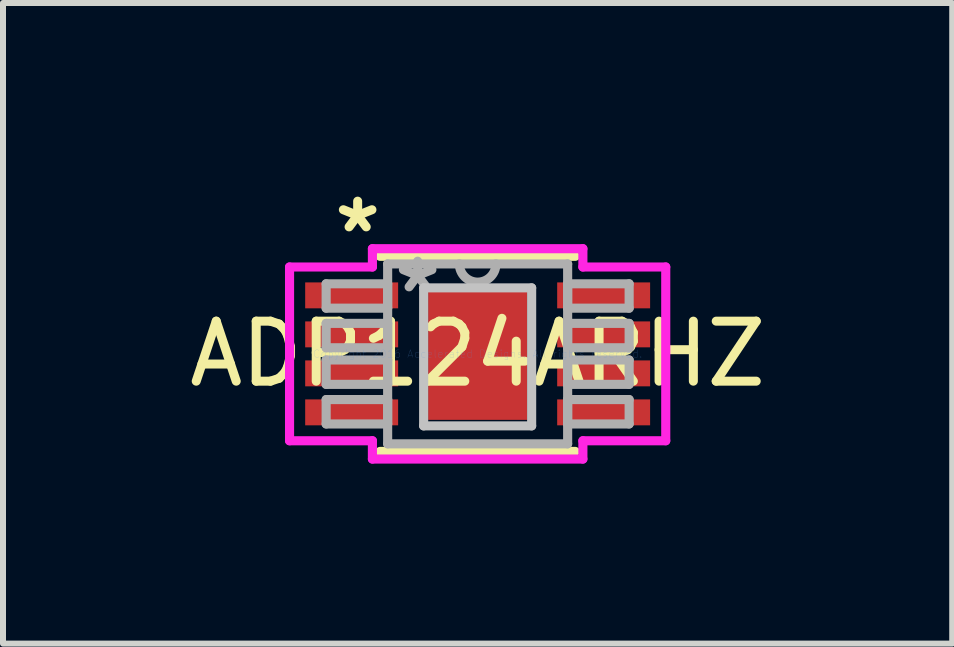
<source format=kicad_pcb>
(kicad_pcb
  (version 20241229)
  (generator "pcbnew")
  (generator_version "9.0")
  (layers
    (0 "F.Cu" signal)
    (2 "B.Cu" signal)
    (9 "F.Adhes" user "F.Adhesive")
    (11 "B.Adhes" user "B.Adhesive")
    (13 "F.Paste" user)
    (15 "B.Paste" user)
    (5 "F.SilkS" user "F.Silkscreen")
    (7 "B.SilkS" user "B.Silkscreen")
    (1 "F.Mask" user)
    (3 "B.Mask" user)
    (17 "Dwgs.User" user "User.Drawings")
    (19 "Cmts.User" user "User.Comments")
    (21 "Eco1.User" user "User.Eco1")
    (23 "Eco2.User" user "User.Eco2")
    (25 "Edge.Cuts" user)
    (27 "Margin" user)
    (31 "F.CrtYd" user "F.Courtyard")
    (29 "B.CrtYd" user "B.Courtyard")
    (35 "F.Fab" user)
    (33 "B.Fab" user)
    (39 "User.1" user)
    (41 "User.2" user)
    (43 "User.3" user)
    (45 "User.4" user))
  (footprint "ADP124ARHZ"
    (layer "F.Cu")
    (at 4.911 2.848)
    (property "Reference" "ADP124ARHZ" (at 0 0 0) (layer "F.SilkS") (effects (font (size 1 1) (thickness 0.15))))
    (attr through_hole)
    (fp_line (start -1.627 1.626) (end 1.627 1.626) (stroke (width 0.152) (type solid)) (layer "F.SilkS"))
    (fp_line (start 1.627 -1.626) (end -1.627 -1.626) (stroke (width 0.152) (type solid)) (layer "F.SilkS"))
    (fp_line (start -0.9 -1.1) (end -0.9 1.2) (stroke (width 0.152) (type solid)) (layer "Dwgs.User"))
    (fp_line (start -0.9 1.2) (end 0.9 1.2) (stroke (width 0.152) (type solid)) (layer "Dwgs.User"))
    (fp_line (start 0.9 -1.1) (end -0.9 -1.1) (stroke (width 0.152) (type solid)) (layer "Dwgs.User"))
    (fp_line (start 0.9 1.2) (end 0.9 -1.1) (stroke (width 0.152) (type solid)) (layer "Dwgs.User"))
    (fp_line (start -3.135 -1.448) (end -1.754 -1.448) (stroke (width 0.152) (type solid)) (layer "F.CrtYd"))
    (fp_line (start -3.135 1.448) (end -3.135 -1.448) (stroke (width 0.152) (type solid)) (layer "F.CrtYd"))
    (fp_line (start -1.754 -1.753) (end 1.754 -1.753) (stroke (width 0.152) (type solid)) (layer "F.CrtYd"))
    (fp_line (start -1.754 -1.448) (end -1.754 -1.753) (stroke (width 0.152) (type solid)) (layer "F.CrtYd"))
    (fp_line (start -1.754 1.448) (end -3.135 1.448) (stroke (width 0.152) (type solid)) (layer "F.CrtYd"))
    (fp_line (start -1.754 1.753) (end -1.754 1.448) (stroke (width 0.152) (type solid)) (layer "F.CrtYd"))
    (fp_line (start 1.754 -1.753) (end 1.754 -1.448) (stroke (width 0.152) (type solid)) (layer "F.CrtYd"))
    (fp_line (start 1.754 -1.448) (end 3.135 -1.448) (stroke (width 0.152) (type solid)) (layer "F.CrtYd"))
    (fp_line (start 1.754 1.448) (end 1.754 1.753) (stroke (width 0.152) (type solid)) (layer "F.CrtYd"))
    (fp_line (start 1.754 1.753) (end -1.754 1.753) (stroke (width 0.152) (type solid)) (layer "F.CrtYd"))
    (fp_line (start 3.135 -1.448) (end 3.135 1.448) (stroke (width 0.152) (type solid)) (layer "F.CrtYd"))
    (fp_line (start 3.135 1.448) (end 1.754 1.448) (stroke (width 0.152) (type solid)) (layer "F.CrtYd"))
    (fp_line (start -2.525 -1.168) (end -2.525 -0.762) (stroke (width 0.152) (type solid)) (layer "F.Fab"))
    (fp_line (start -2.525 -0.762) (end -1.5 -0.762) (stroke (width 0.152) (type solid)) (layer "F.Fab"))
    (fp_line (start -2.525 -0.508) (end -2.525 -0.102) (stroke (width 0.152) (type solid)) (layer "F.Fab"))
    (fp_line (start -2.525 -0.102) (end -1.5 -0.102) (stroke (width 0.152) (type solid)) (layer "F.Fab"))
    (fp_line (start -2.525 0.102) (end -2.525 0.508) (stroke (width 0.152) (type solid)) (layer "F.Fab"))
    (fp_line (start -2.525 0.508) (end -1.5 0.508) (stroke (width 0.152) (type solid)) (layer "F.Fab"))
    (fp_line (start -2.525 0.762) (end -2.525 1.168) (stroke (width 0.152) (type solid)) (layer "F.Fab"))
    (fp_line (start -2.525 1.168) (end -1.5 1.168) (stroke (width 0.152) (type solid)) (layer "F.Fab"))
    (fp_line (start -1.5 -1.499) (end -1.5 1.499) (stroke (width 0.152) (type solid)) (layer "F.Fab"))
    (fp_line (start -1.5 -1.168) (end -2.525 -1.168) (stroke (width 0.152) (type solid)) (layer "F.Fab"))
    (fp_line (start -1.5 -0.762) (end -1.5 -1.168) (stroke (width 0.152) (type solid)) (layer "F.Fab"))
    (fp_line (start -1.5 -0.508) (end -2.525 -0.508) (stroke (width 0.152) (type solid)) (layer "F.Fab"))
    (fp_line (start -1.5 -0.102) (end -1.5 -0.508) (stroke (width 0.152) (type solid)) (layer "F.Fab"))
    (fp_line (start -1.5 0.102) (end -2.525 0.102) (stroke (width 0.152) (type solid)) (layer "F.Fab"))
    (fp_line (start -1.5 0.508) (end -1.5 0.102) (stroke (width 0.152) (type solid)) (layer "F.Fab"))
    (fp_line (start -1.5 0.762) (end -2.525 0.762) (stroke (width 0.152) (type solid)) (layer "F.Fab"))
    (fp_line (start -1.5 1.168) (end -1.5 0.762) (stroke (width 0.152) (type solid)) (layer "F.Fab"))
    (fp_line (start -1.5 1.499) (end 1.5 1.499) (stroke (width 0.152) (type solid)) (layer "F.Fab"))
    (fp_line (start 1.5 -1.499) (end -1.5 -1.499) (stroke (width 0.152) (type solid)) (layer "F.Fab"))
    (fp_line (start 1.5 -1.168) (end 1.5 -0.762) (stroke (width 0.152) (type solid)) (layer "F.Fab"))
    (fp_line (start 1.5 -0.762) (end 2.525 -0.762) (stroke (width 0.152) (type solid)) (layer "F.Fab"))
    (fp_line (start 1.5 -0.508) (end 1.5 -0.102) (stroke (width 0.152) (type solid)) (layer "F.Fab"))
    (fp_line (start 1.5 -0.102) (end 2.525 -0.102) (stroke (width 0.152) (type solid)) (layer "F.Fab"))
    (fp_line (start 1.5 0.102) (end 1.5 0.508) (stroke (width 0.152) (type solid)) (layer "F.Fab"))
    (fp_line (start 1.5 0.508) (end 2.525 0.508) (stroke (width 0.152) (type solid)) (layer "F.Fab"))
    (fp_line (start 1.5 0.762) (end 1.5 1.168) (stroke (width 0.152) (type solid)) (layer "F.Fab"))
    (fp_line (start 1.5 1.168) (end 2.525 1.168) (stroke (width 0.152) (type solid)) (layer "F.Fab"))
    (fp_line (start 1.5 1.499) (end 1.5 -1.499) (stroke (width 0.152) (type solid)) (layer "F.Fab"))
    (fp_line (start 2.525 -1.168) (end 1.5 -1.168) (stroke (width 0.152) (type solid)) (layer "F.Fab"))
    (fp_line (start 2.525 -0.762) (end 2.525 -1.168) (stroke (width 0.152) (type solid)) (layer "F.Fab"))
    (fp_line (start 2.525 -0.508) (end 1.5 -0.508) (stroke (width 0.152) (type solid)) (layer "F.Fab"))
    (fp_line (start 2.525 -0.102) (end 2.525 -0.508) (stroke (width 0.152) (type solid)) (layer "F.Fab"))
    (fp_line (start 2.525 0.102) (end 1.5 0.102) (stroke (width 0.152) (type solid)) (layer "F.Fab"))
    (fp_line (start 2.525 0.508) (end 2.525 0.102) (stroke (width 0.152) (type solid)) (layer "F.Fab"))
    (fp_line (start 2.525 0.762) (end 1.5 0.762) (stroke (width 0.152) (type solid)) (layer "F.Fab"))
    (fp_line (start 2.525 1.168) (end 2.525 0.762) (stroke (width 0.152) (type solid)) (layer "F.Fab"))
    (fp_arc (start 0.3048 -1.5) (mid 0 -1.1952) (end -0.3048 -1.5) (stroke (width 0.1524) (type solid)) (layer "F.Fab"))
    (fp_text user "*" (at -2 -2 0) (layer "F.SilkS") (effects (font (size 1 1) (thickness 0.15))))
    (fp_text user "Copyright 2016 Accelerated Designs. All rights reserved." (at 0 0 0) (layer "Cmts.User") (effects (font (size 0.127 0.127) (thickness 0.002))))
    (fp_text user "*" (at -1 -1 0) (layer "F.Fab") (effects (font (size 1 1) (thickness 0.15))))
    (pad "1" smd rect (at -2.1 -0.975) (size 1.549 0.432) (layers "F.Cu" "F.Mask" "F.Paste"))
    (pad "2" smd rect (at -2.1 -0.325) (size 1.549 0.432) (layers "F.Cu" "F.Mask" "F.Paste"))
    (pad "3" smd rect (at -2.1 0.325) (size 1.549 0.432) (layers "F.Cu" "F.Mask" "F.Paste"))
    (pad "4" smd rect (at -2.1 0.975) (size 1.549 0.432) (layers "F.Cu" "F.Mask" "F.Paste"))
    (pad "5" smd rect (at 2.1 0.975) (size 1.549 0.432) (layers "F.Cu" "F.Mask" "F.Paste"))
    (pad "6" smd rect (at 2.1 0.325) (size 1.549 0.432) (layers "F.Cu" "F.Mask" "F.Paste"))
    (pad "7" smd rect (at 2.1 -0.325) (size 1.549 0.432) (layers "F.Cu" "F.Mask" "F.Paste"))
    (pad "8" smd rect (at 2.1 -0.975) (size 1.549 0.432) (layers "F.Cu" "F.Mask" "F.Paste"))
    (pad "9" smd rect (at 0 0) (size 1.651 2.2) (layers "F.Cu" "F.Mask" "F.Paste")))
  (gr_rect
    (start -3 -3)
    (end 12.821 7.677)
    (stroke (width 0.1) (type default))
    (fill no)
    (layer "Edge.Cuts")))
</source>
